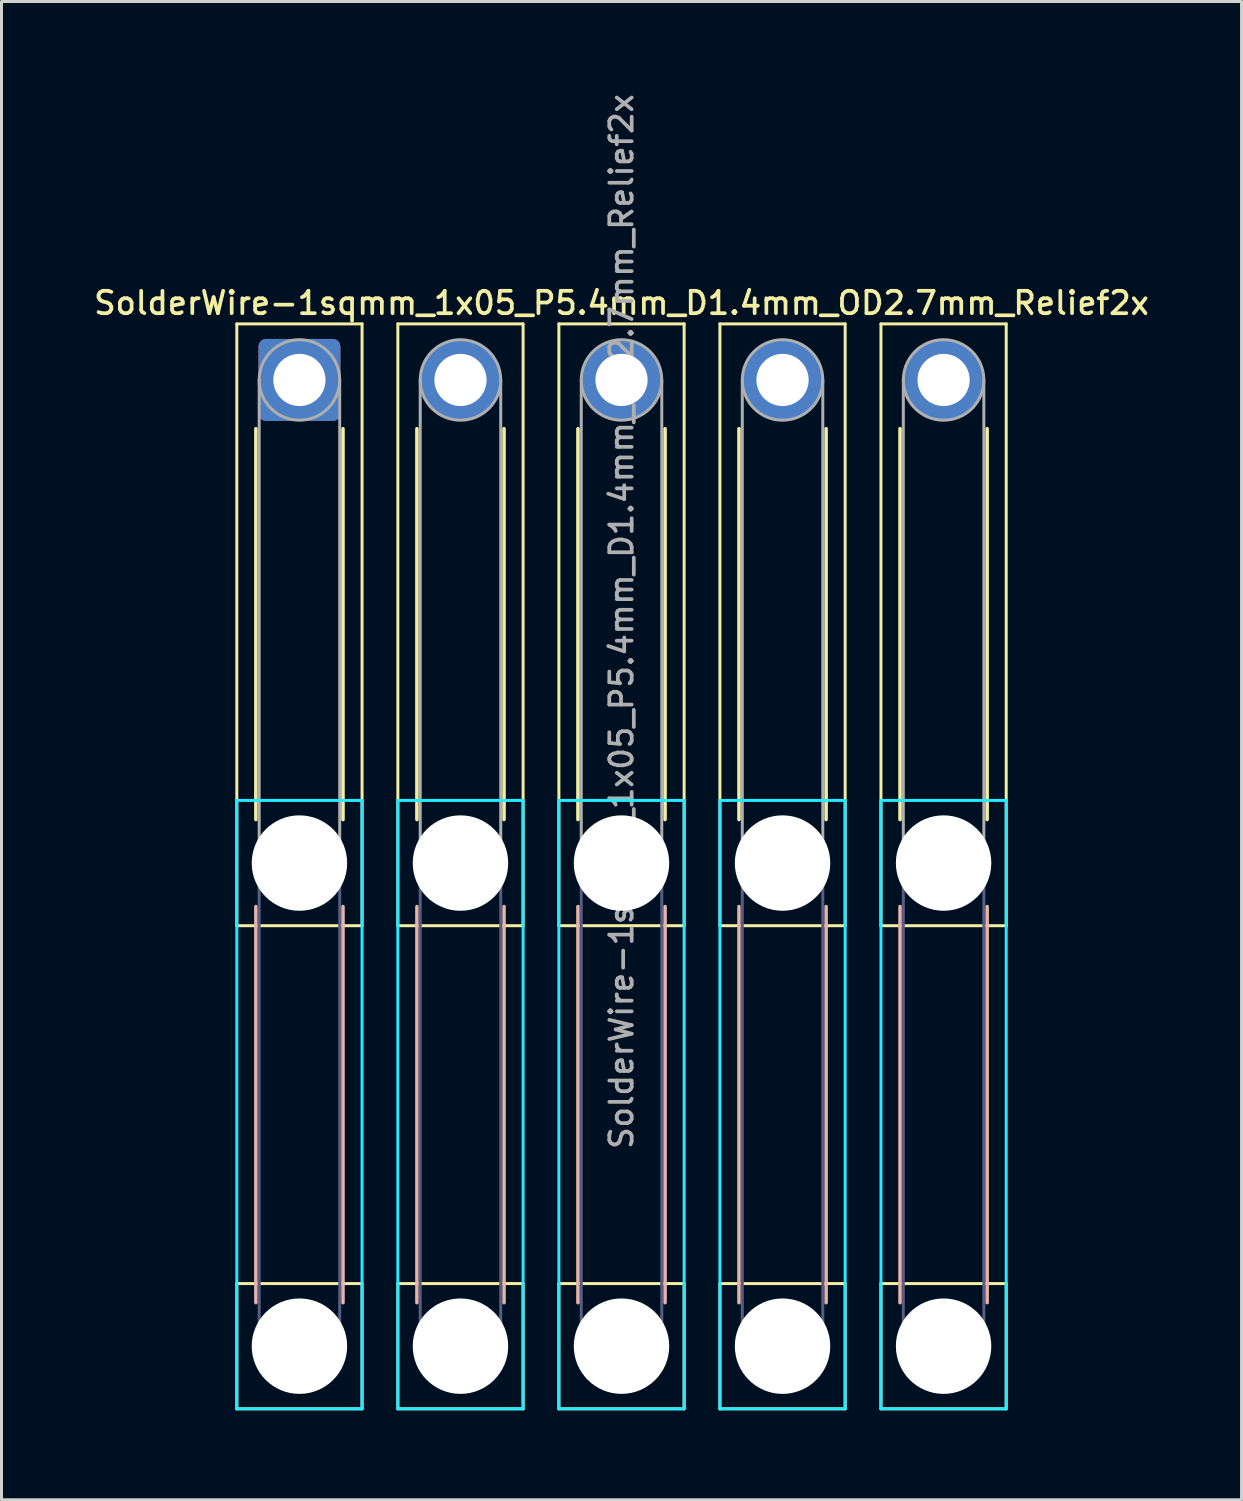
<source format=kicad_pcb>
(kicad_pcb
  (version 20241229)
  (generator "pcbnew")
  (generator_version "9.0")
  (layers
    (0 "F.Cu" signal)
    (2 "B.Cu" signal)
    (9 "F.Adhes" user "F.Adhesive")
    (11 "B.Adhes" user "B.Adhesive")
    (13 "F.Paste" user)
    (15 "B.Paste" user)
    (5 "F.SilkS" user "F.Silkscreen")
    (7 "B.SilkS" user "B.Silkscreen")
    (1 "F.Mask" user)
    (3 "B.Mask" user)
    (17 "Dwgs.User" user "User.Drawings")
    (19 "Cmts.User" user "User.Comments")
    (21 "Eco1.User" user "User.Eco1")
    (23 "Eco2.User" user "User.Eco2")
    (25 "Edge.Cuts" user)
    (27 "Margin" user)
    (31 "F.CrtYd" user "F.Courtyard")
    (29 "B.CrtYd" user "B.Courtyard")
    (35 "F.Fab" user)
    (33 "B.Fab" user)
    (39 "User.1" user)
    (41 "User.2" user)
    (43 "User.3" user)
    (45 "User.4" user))
  (footprint "SolderWire-1sqmm_1x05_P5.4mm_D1.4mm_OD2.7mm_Relief2x"
    (layer "F.Cu")
    (at 6.991 9.691)
    (property "Reference" "SolderWire-1sqmm_1x05_P5.4mm_D1.4mm_OD2.7mm_Relief2x" (at 10.8 -2.58 0) (layer "F.SilkS") (effects (font (size 0.75 0.75) (thickness 0.125))))
    (attr exclude_from_pos_files exclude_from_bom)
    (fp_line (start -2.1 -1.88) (end -2.1 18.3) (stroke (width 0.1) (type solid)) (layer "F.SilkS"))
    (fp_line (start -2.1 18.3) (end 2.1 18.3) (stroke (width 0.1) (type solid)) (layer "F.SilkS"))
    (fp_line (start -2.1 30.3) (end -2.1 34.5) (stroke (width 0.1) (type solid)) (layer "F.SilkS"))
    (fp_line (start -2.1 34.5) (end 2.1 34.5) (stroke (width 0.1) (type solid)) (layer "F.SilkS"))
    (fp_line (start -1.46 1.635) (end -1.46 14.74) (stroke (width 0.12) (type solid)) (layer "F.SilkS"))
    (fp_line (start 1.46 1.635) (end 1.46 14.74) (stroke (width 0.12) (type solid)) (layer "F.SilkS"))
    (fp_line (start 2.1 -1.88) (end -2.1 -1.88) (stroke (width 0.1) (type solid)) (layer "F.SilkS"))
    (fp_line (start 2.1 18.3) (end 2.1 -1.88) (stroke (width 0.1) (type solid)) (layer "F.SilkS"))
    (fp_line (start 2.1 30.3) (end -2.1 30.3) (stroke (width 0.1) (type solid)) (layer "F.SilkS"))
    (fp_line (start 2.1 34.5) (end 2.1 30.3) (stroke (width 0.1) (type solid)) (layer "F.SilkS"))
    (fp_line (start 3.3 -1.88) (end 3.3 18.3) (stroke (width 0.1) (type solid)) (layer "F.SilkS"))
    (fp_line (start 3.3 18.3) (end 7.5 18.3) (stroke (width 0.1) (type solid)) (layer "F.SilkS"))
    (fp_line (start 3.3 30.3) (end 3.3 34.5) (stroke (width 0.1) (type solid)) (layer "F.SilkS"))
    (fp_line (start 3.3 34.5) (end 7.5 34.5) (stroke (width 0.1) (type solid)) (layer "F.SilkS"))
    (fp_line (start 3.94 1.635) (end 3.94 14.74) (stroke (width 0.12) (type solid)) (layer "F.SilkS"))
    (fp_line (start 6.86 1.635) (end 6.86 14.74) (stroke (width 0.12) (type solid)) (layer "F.SilkS"))
    (fp_line (start 7.5 -1.88) (end 3.3 -1.88) (stroke (width 0.1) (type solid)) (layer "F.SilkS"))
    (fp_line (start 7.5 18.3) (end 7.5 -1.88) (stroke (width 0.1) (type solid)) (layer "F.SilkS"))
    (fp_line (start 7.5 30.3) (end 3.3 30.3) (stroke (width 0.1) (type solid)) (layer "F.SilkS"))
    (fp_line (start 7.5 34.5) (end 7.5 30.3) (stroke (width 0.1) (type solid)) (layer "F.SilkS"))
    (fp_line (start 8.7 -1.88) (end 8.7 18.3) (stroke (width 0.1) (type solid)) (layer "F.SilkS"))
    (fp_line (start 8.7 18.3) (end 12.9 18.3) (stroke (width 0.1) (type solid)) (layer "F.SilkS"))
    (fp_line (start 8.7 30.3) (end 8.7 34.5) (stroke (width 0.1) (type solid)) (layer "F.SilkS"))
    (fp_line (start 8.7 34.5) (end 12.9 34.5) (stroke (width 0.1) (type solid)) (layer "F.SilkS"))
    (fp_line (start 9.34 1.635) (end 9.34 14.74) (stroke (width 0.12) (type solid)) (layer "F.SilkS"))
    (fp_line (start 12.26 1.635) (end 12.26 14.74) (stroke (width 0.12) (type solid)) (layer "F.SilkS"))
    (fp_line (start 12.9 -1.88) (end 8.7 -1.88) (stroke (width 0.1) (type solid)) (layer "F.SilkS"))
    (fp_line (start 12.9 18.3) (end 12.9 -1.88) (stroke (width 0.1) (type solid)) (layer "F.SilkS"))
    (fp_line (start 12.9 30.3) (end 8.7 30.3) (stroke (width 0.1) (type solid)) (layer "F.SilkS"))
    (fp_line (start 12.9 34.5) (end 12.9 30.3) (stroke (width 0.1) (type solid)) (layer "F.SilkS"))
    (fp_line (start 14.1 -1.88) (end 14.1 18.3) (stroke (width 0.1) (type solid)) (layer "F.SilkS"))
    (fp_line (start 14.1 18.3) (end 18.3 18.3) (stroke (width 0.1) (type solid)) (layer "F.SilkS"))
    (fp_line (start 14.1 30.3) (end 14.1 34.5) (stroke (width 0.1) (type solid)) (layer "F.SilkS"))
    (fp_line (start 14.1 34.5) (end 18.3 34.5) (stroke (width 0.1) (type solid)) (layer "F.SilkS"))
    (fp_line (start 14.74 1.635) (end 14.74 14.74) (stroke (width 0.12) (type solid)) (layer "F.SilkS"))
    (fp_line (start 17.66 1.635) (end 17.66 14.74) (stroke (width 0.12) (type solid)) (layer "F.SilkS"))
    (fp_line (start 18.3 -1.88) (end 14.1 -1.88) (stroke (width 0.1) (type solid)) (layer "F.SilkS"))
    (fp_line (start 18.3 18.3) (end 18.3 -1.88) (stroke (width 0.1) (type solid)) (layer "F.SilkS"))
    (fp_line (start 18.3 30.3) (end 14.1 30.3) (stroke (width 0.1) (type solid)) (layer "F.SilkS"))
    (fp_line (start 18.3 34.5) (end 18.3 30.3) (stroke (width 0.1) (type solid)) (layer "F.SilkS"))
    (fp_line (start 19.5 -1.88) (end 19.5 18.3) (stroke (width 0.1) (type solid)) (layer "F.SilkS"))
    (fp_line (start 19.5 18.3) (end 23.7 18.3) (stroke (width 0.1) (type solid)) (layer "F.SilkS"))
    (fp_line (start 19.5 30.3) (end 19.5 34.5) (stroke (width 0.1) (type solid)) (layer "F.SilkS"))
    (fp_line (start 19.5 34.5) (end 23.7 34.5) (stroke (width 0.1) (type solid)) (layer "F.SilkS"))
    (fp_line (start 20.14 1.635) (end 20.14 14.74) (stroke (width 0.12) (type solid)) (layer "F.SilkS"))
    (fp_line (start 23.06 1.635) (end 23.06 14.74) (stroke (width 0.12) (type solid)) (layer "F.SilkS"))
    (fp_line (start 23.7 -1.88) (end 19.5 -1.88) (stroke (width 0.1) (type solid)) (layer "F.SilkS"))
    (fp_line (start 23.7 18.3) (end 23.7 -1.88) (stroke (width 0.1) (type solid)) (layer "F.SilkS"))
    (fp_line (start 23.7 30.3) (end 19.5 30.3) (stroke (width 0.1) (type solid)) (layer "F.SilkS"))
    (fp_line (start 23.7 34.5) (end 23.7 30.3) (stroke (width 0.1) (type solid)) (layer "F.SilkS"))
    (fp_line (start -1.46 17.66) (end -1.46 30.94) (stroke (width 0.12) (type solid)) (layer "B.SilkS"))
    (fp_line (start 1.46 17.66) (end 1.46 30.94) (stroke (width 0.12) (type solid)) (layer "B.SilkS"))
    (fp_line (start 3.94 17.66) (end 3.94 30.94) (stroke (width 0.12) (type solid)) (layer "B.SilkS"))
    (fp_line (start 6.86 17.66) (end 6.86 30.94) (stroke (width 0.12) (type solid)) (layer "B.SilkS"))
    (fp_line (start 9.34 17.66) (end 9.34 30.94) (stroke (width 0.12) (type solid)) (layer "B.SilkS"))
    (fp_line (start 12.26 17.66) (end 12.26 30.94) (stroke (width 0.12) (type solid)) (layer "B.SilkS"))
    (fp_line (start 14.74 17.66) (end 14.74 30.94) (stroke (width 0.12) (type solid)) (layer "B.SilkS"))
    (fp_line (start 17.66 17.66) (end 17.66 30.94) (stroke (width 0.12) (type solid)) (layer "B.SilkS"))
    (fp_line (start 20.14 17.66) (end 20.14 30.94) (stroke (width 0.12) (type solid)) (layer "B.SilkS"))
    (fp_line (start 23.06 17.66) (end 23.06 30.94) (stroke (width 0.12) (type solid)) (layer "B.SilkS"))
    (fp_line (start -2.1 14.1) (end -2.1 34.5) (stroke (width 0.1) (type solid)) (layer "B.CrtYd"))
    (fp_line (start -2.1 34.5) (end 2.1 34.5) (stroke (width 0.1) (type solid)) (layer "B.CrtYd"))
    (fp_line (start 2.1 14.1) (end -2.1 14.1) (stroke (width 0.1) (type solid)) (layer "B.CrtYd"))
    (fp_line (start 2.1 34.5) (end 2.1 14.1) (stroke (width 0.1) (type solid)) (layer "B.CrtYd"))
    (fp_line (start 3.3 14.1) (end 3.3 34.5) (stroke (width 0.1) (type solid)) (layer "B.CrtYd"))
    (fp_line (start 3.3 34.5) (end 7.5 34.5) (stroke (width 0.1) (type solid)) (layer "B.CrtYd"))
    (fp_line (start 7.5 14.1) (end 3.3 14.1) (stroke (width 0.1) (type solid)) (layer "B.CrtYd"))
    (fp_line (start 7.5 34.5) (end 7.5 14.1) (stroke (width 0.1) (type solid)) (layer "B.CrtYd"))
    (fp_line (start 8.7 14.1) (end 8.7 34.5) (stroke (width 0.1) (type solid)) (layer "B.CrtYd"))
    (fp_line (start 8.7 34.5) (end 12.9 34.5) (stroke (width 0.1) (type solid)) (layer "B.CrtYd"))
    (fp_line (start 12.9 14.1) (end 8.7 14.1) (stroke (width 0.1) (type solid)) (layer "B.CrtYd"))
    (fp_line (start 12.9 34.5) (end 12.9 14.1) (stroke (width 0.1) (type solid)) (layer "B.CrtYd"))
    (fp_line (start 14.1 14.1) (end 14.1 34.5) (stroke (width 0.1) (type solid)) (layer "B.CrtYd"))
    (fp_line (start 14.1 34.5) (end 18.3 34.5) (stroke (width 0.1) (type solid)) (layer "B.CrtYd"))
    (fp_line (start 18.3 14.1) (end 14.1 14.1) (stroke (width 0.1) (type solid)) (layer "B.CrtYd"))
    (fp_line (start 18.3 34.5) (end 18.3 14.1) (stroke (width 0.1) (type solid)) (layer "B.CrtYd"))
    (fp_line (start 19.5 14.1) (end 19.5 34.5) (stroke (width 0.1) (type solid)) (layer "B.CrtYd"))
    (fp_line (start 19.5 34.5) (end 23.7 34.5) (stroke (width 0.1) (type solid)) (layer "B.CrtYd"))
    (fp_line (start 23.7 14.1) (end 19.5 14.1) (stroke (width 0.1) (type solid)) (layer "B.CrtYd"))
    (fp_line (start 23.7 34.5) (end 23.7 14.1) (stroke (width 0.1) (type solid)) (layer "B.CrtYd"))
    (fp_line (start -1.35 16.2) (end -1.35 32.4) (stroke (width 0.1) (type solid)) (layer "B.Fab"))
    (fp_line (start 1.35 16.2) (end 1.35 32.4) (stroke (width 0.1) (type solid)) (layer "B.Fab"))
    (fp_line (start 4.05 16.2) (end 4.05 32.4) (stroke (width 0.1) (type solid)) (layer "B.Fab"))
    (fp_line (start 6.75 16.2) (end 6.75 32.4) (stroke (width 0.1) (type solid)) (layer "B.Fab"))
    (fp_line (start 9.45 16.2) (end 9.45 32.4) (stroke (width 0.1) (type solid)) (layer "B.Fab"))
    (fp_line (start 12.15 16.2) (end 12.15 32.4) (stroke (width 0.1) (type solid)) (layer "B.Fab"))
    (fp_line (start 14.85 16.2) (end 14.85 32.4) (stroke (width 0.1) (type solid)) (layer "B.Fab"))
    (fp_line (start 17.55 16.2) (end 17.55 32.4) (stroke (width 0.1) (type solid)) (layer "B.Fab"))
    (fp_line (start 20.25 16.2) (end 20.25 32.4) (stroke (width 0.1) (type solid)) (layer "B.Fab"))
    (fp_line (start 22.95 16.2) (end 22.95 32.4) (stroke (width 0.1) (type solid)) (layer "B.Fab"))
    (fp_circle (center 0 16.2) (end 1.35 16.2) (stroke (width 0.1) (type solid)) (fill no) (layer "B.Fab"))
    (fp_circle (center 0 32.4) (end 1.35 32.4) (stroke (width 0.1) (type solid)) (fill no) (layer "B.Fab"))
    (fp_circle (center 5.4 16.2) (end 6.75 16.2) (stroke (width 0.1) (type solid)) (fill no) (layer "B.Fab"))
    (fp_circle (center 5.4 32.4) (end 6.75 32.4) (stroke (width 0.1) (type solid)) (fill no) (layer "B.Fab"))
    (fp_circle (center 10.8 16.2) (end 12.15 16.2) (stroke (width 0.1) (type solid)) (fill no) (layer "B.Fab"))
    (fp_circle (center 10.8 32.4) (end 12.15 32.4) (stroke (width 0.1) (type solid)) (fill no) (layer "B.Fab"))
    (fp_circle (center 16.2 16.2) (end 17.55 16.2) (stroke (width 0.1) (type solid)) (fill no) (layer "B.Fab"))
    (fp_circle (center 16.2 32.4) (end 17.55 32.4) (stroke (width 0.1) (type solid)) (fill no) (layer "B.Fab"))
    (fp_circle (center 21.6 16.2) (end 22.95 16.2) (stroke (width 0.1) (type solid)) (fill no) (layer "B.Fab"))
    (fp_circle (center 21.6 32.4) (end 22.95 32.4) (stroke (width 0.1) (type solid)) (fill no) (layer "B.Fab"))
    (fp_line (start -1.35 0) (end -1.35 16.2) (stroke (width 0.1) (type solid)) (layer "F.Fab"))
    (fp_line (start 1.35 0) (end 1.35 16.2) (stroke (width 0.1) (type solid)) (layer "F.Fab"))
    (fp_line (start 4.05 0) (end 4.05 16.2) (stroke (width 0.1) (type solid)) (layer "F.Fab"))
    (fp_line (start 6.75 0) (end 6.75 16.2) (stroke (width 0.1) (type solid)) (layer "F.Fab"))
    (fp_line (start 9.45 0) (end 9.45 16.2) (stroke (width 0.1) (type solid)) (layer "F.Fab"))
    (fp_line (start 12.15 0) (end 12.15 16.2) (stroke (width 0.1) (type solid)) (layer "F.Fab"))
    (fp_line (start 14.85 0) (end 14.85 16.2) (stroke (width 0.1) (type solid)) (layer "F.Fab"))
    (fp_line (start 17.55 0) (end 17.55 16.2) (stroke (width 0.1) (type solid)) (layer "F.Fab"))
    (fp_line (start 20.25 0) (end 20.25 16.2) (stroke (width 0.1) (type solid)) (layer "F.Fab"))
    (fp_line (start 22.95 0) (end 22.95 16.2) (stroke (width 0.1) (type solid)) (layer "F.Fab"))
    (fp_circle (center 0 0) (end 1.35 0) (stroke (width 0.1) (type solid)) (fill no) (layer "F.Fab"))
    (fp_circle (center 0 16.2) (end 1.35 16.2) (stroke (width 0.1) (type solid)) (fill no) (layer "F.Fab"))
    (fp_circle (center 0 32.4) (end 1.35 32.4) (stroke (width 0.1) (type solid)) (fill no) (layer "F.Fab"))
    (fp_circle (center 5.4 0) (end 6.75 0) (stroke (width 0.1) (type solid)) (fill no) (layer "F.Fab"))
    (fp_circle (center 5.4 16.2) (end 6.75 16.2) (stroke (width 0.1) (type solid)) (fill no) (layer "F.Fab"))
    (fp_circle (center 5.4 32.4) (end 6.75 32.4) (stroke (width 0.1) (type solid)) (fill no) (layer "F.Fab"))
    (fp_circle (center 10.8 0) (end 12.15 0) (stroke (width 0.1) (type solid)) (fill no) (layer "F.Fab"))
    (fp_circle (center 10.8 16.2) (end 12.15 16.2) (stroke (width 0.1) (type solid)) (fill no) (layer "F.Fab"))
    (fp_circle (center 10.8 32.4) (end 12.15 32.4) (stroke (width 0.1) (type solid)) (fill no) (layer "F.Fab"))
    (fp_circle (center 16.2 0) (end 17.55 0) (stroke (width 0.1) (type solid)) (fill no) (layer "F.Fab"))
    (fp_circle (center 16.2 16.2) (end 17.55 16.2) (stroke (width 0.1) (type solid)) (fill no) (layer "F.Fab"))
    (fp_circle (center 16.2 32.4) (end 17.55 32.4) (stroke (width 0.1) (type solid)) (fill no) (layer "F.Fab"))
    (fp_circle (center 21.6 0) (end 22.95 0) (stroke (width 0.1) (type solid)) (fill no) (layer "F.Fab"))
    (fp_circle (center 21.6 16.2) (end 22.95 16.2) (stroke (width 0.1) (type solid)) (fill no) (layer "F.Fab"))
    (fp_circle (center 21.6 32.4) (end 22.95 32.4) (stroke (width 0.1) (type solid)) (fill no) (layer "F.Fab"))
    (fp_text user "${REFERENCE}" (at 10.8 8.1 90) (layer "F.Fab") (effects (font (size 0.75 0.75) (thickness 0.125))))
    (pad "" np_thru_hole circle (at 0 16.2) (size 3.2 3.2) (drill 3.2) (layers "*.Cu" "*.Mask"))
    (pad "" np_thru_hole circle (at 0 32.4) (size 3.2 3.2) (drill 3.2) (layers "*.Cu" "*.Mask"))
    (pad "" np_thru_hole circle (at 5.4 16.2) (size 3.2 3.2) (drill 3.2) (layers "*.Cu" "*.Mask"))
    (pad "" np_thru_hole circle (at 5.4 32.4) (size 3.2 3.2) (drill 3.2) (layers "*.Cu" "*.Mask"))
    (pad "" np_thru_hole circle (at 10.8 16.2) (size 3.2 3.2) (drill 3.2) (layers "*.Cu" "*.Mask"))
    (pad "" np_thru_hole circle (at 10.8 32.4) (size 3.2 3.2) (drill 3.2) (layers "*.Cu" "*.Mask"))
    (pad "" np_thru_hole circle (at 16.2 16.2) (size 3.2 3.2) (drill 3.2) (layers "*.Cu" "*.Mask"))
    (pad "" np_thru_hole circle (at 16.2 32.4) (size 3.2 3.2) (drill 3.2) (layers "*.Cu" "*.Mask"))
    (pad "" np_thru_hole circle (at 21.6 16.2) (size 3.2 3.2) (drill 3.2) (layers "*.Cu" "*.Mask"))
    (pad "" np_thru_hole circle (at 21.6 32.4) (size 3.2 3.2) (drill 3.2) (layers "*.Cu" "*.Mask"))
    (pad "1" thru_hole roundrect (at 0 0) (size 2.75 2.75) (drill 1.75) (layers "*.Cu" "*.Mask") (roundrect_rratio 0.091))
    (pad "2" thru_hole circle (at 5.4 0) (size 2.75 2.75) (drill 1.75) (layers "*.Cu" "*.Mask"))
    (pad "3" thru_hole circle (at 10.8 0) (size 2.75 2.75) (drill 1.75) (layers "*.Cu" "*.Mask"))
    (pad "4" thru_hole circle (at 16.2 0) (size 2.75 2.75) (drill 1.75) (layers "*.Cu" "*.Mask"))
    (pad "5" thru_hole circle (at 21.6 0) (size 2.75 2.75) (drill 1.75) (layers "*.Cu" "*.Mask")))
  (gr_rect
    (start -3 -3)
    (end 38.582 47.241)
    (stroke (width 0.1) (type default))
    (fill no)
    (layer "Edge.Cuts")))
</source>
